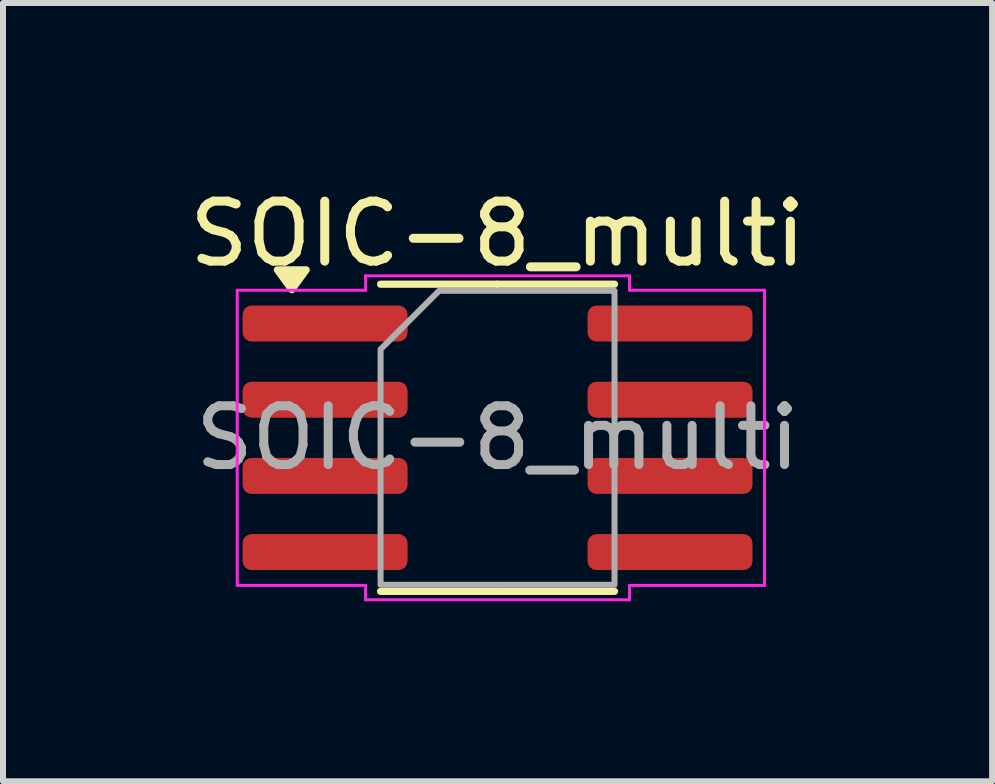
<source format=kicad_pcb>
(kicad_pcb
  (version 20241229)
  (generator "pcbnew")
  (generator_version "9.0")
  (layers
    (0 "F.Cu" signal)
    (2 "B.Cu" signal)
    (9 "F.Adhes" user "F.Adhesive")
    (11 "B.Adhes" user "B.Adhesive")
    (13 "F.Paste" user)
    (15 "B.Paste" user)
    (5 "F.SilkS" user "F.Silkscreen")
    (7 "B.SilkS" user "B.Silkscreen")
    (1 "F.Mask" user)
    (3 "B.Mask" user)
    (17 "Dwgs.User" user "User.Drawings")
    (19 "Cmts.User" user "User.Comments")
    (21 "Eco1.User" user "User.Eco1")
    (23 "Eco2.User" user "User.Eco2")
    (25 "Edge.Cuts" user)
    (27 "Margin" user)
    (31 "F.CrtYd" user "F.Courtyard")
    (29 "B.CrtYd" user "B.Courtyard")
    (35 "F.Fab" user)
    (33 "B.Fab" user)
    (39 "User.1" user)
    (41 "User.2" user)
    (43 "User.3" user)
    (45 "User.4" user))
  (footprint "SOIC-8_multi"
    (layer "F.Cu")
    (at 5.244 4.248)
    (property "Reference" "SOIC-8_multi" (at 0 -3.4 0) (layer "F.SilkS") (effects (font (size 1 1) (thickness 0.15))))
    (attr smd)
    (fp_line (start 0 -2.56) (end -1.95 -2.56) (stroke (width 0.12) (type solid)) (layer "F.SilkS"))
    (fp_line (start 0 -2.56) (end 1.95 -2.56) (stroke (width 0.12) (type solid)) (layer "F.SilkS"))
    (fp_line (start 0 2.56) (end -1.95 2.56) (stroke (width 0.12) (type solid)) (layer "F.SilkS"))
    (fp_line (start 0 2.56) (end 1.95 2.56) (stroke (width 0.12) (type solid)) (layer "F.SilkS"))
    (fp_poly (pts (xy -3.43 -2.47) (xy -3.67 -2.8) (xy -3.19 -2.8)) (stroke (width 0.12) (type solid)) (fill yes) (layer "F.SilkS"))
    (fp_line (start -4.34 -2.46) (end -2.2 -2.46) (stroke (width 0.05) (type solid)) (layer "F.CrtYd"))
    (fp_line (start -4.34 2.46) (end -4.34 -2.46) (stroke (width 0.05) (type solid)) (layer "F.CrtYd"))
    (fp_line (start -2.2 -2.7) (end 2.2 -2.7) (stroke (width 0.05) (type solid)) (layer "F.CrtYd"))
    (fp_line (start -2.2 -2.46) (end -2.2 -2.7) (stroke (width 0.05) (type solid)) (layer "F.CrtYd"))
    (fp_line (start -2.2 2.46) (end -4.34 2.46) (stroke (width 0.05) (type solid)) (layer "F.CrtYd"))
    (fp_line (start -2.2 2.7) (end -2.2 2.46) (stroke (width 0.05) (type solid)) (layer "F.CrtYd"))
    (fp_line (start 2.2 -2.7) (end 2.2 -2.46) (stroke (width 0.05) (type solid)) (layer "F.CrtYd"))
    (fp_line (start 2.2 -2.46) (end 4.45 -2.46) (stroke (width 0.05) (type solid)) (layer "F.CrtYd"))
    (fp_line (start 2.2 2.46) (end 2.2 2.7) (stroke (width 0.05) (type solid)) (layer "F.CrtYd"))
    (fp_line (start 2.2 2.7) (end -2.2 2.7) (stroke (width 0.05) (type solid)) (layer "F.CrtYd"))
    (fp_line (start 4.45 -2.46) (end 4.45 2.46) (stroke (width 0.05) (type solid)) (layer "F.CrtYd"))
    (fp_line (start 4.45 2.46) (end 2.2 2.46) (stroke (width 0.05) (type solid)) (layer "F.CrtYd"))
    (fp_poly (pts (xy -1.95 -1.475) (xy -1.95 2.45) (xy 1.95 2.45) (xy 1.95 -2.45) (xy -0.975 -2.45)) (stroke (width 0.1) (type solid)) (fill no) (layer "F.Fab"))
    (fp_text user "${REFERENCE}" (at 0 0 0) (layer "F.Fab") (effects (font (size 0.98 0.98) (thickness 0.15))))
    (pad "1" smd roundrect (at -2.875 -1.905) (size 2.75 0.6) (layers "F.Cu" "F.Mask" "F.Paste") (roundrect_rratio 0.25))
    (pad "2" smd roundrect (at -2.875 -0.635) (size 2.75 0.6) (layers "F.Cu" "F.Mask" "F.Paste") (roundrect_rratio 0.25))
    (pad "3" smd roundrect (at -2.875 0.635) (size 2.75 0.6) (layers "F.Cu" "F.Mask" "F.Paste") (roundrect_rratio 0.25))
    (pad "4" smd roundrect (at -2.875 1.905) (size 2.75 0.6) (layers "F.Cu" "F.Mask" "F.Paste") (roundrect_rratio 0.25))
    (pad "5" smd roundrect (at 2.875 1.905) (size 2.75 0.6) (layers "F.Cu" "F.Mask" "F.Paste") (roundrect_rratio 0.25))
    (pad "6" smd roundrect (at 2.875 0.635) (size 2.75 0.6) (layers "F.Cu" "F.Mask" "F.Paste") (roundrect_rratio 0.25))
    (pad "7" smd roundrect (at 2.875 -0.635) (size 2.75 0.6) (layers "F.Cu" "F.Mask" "F.Paste") (roundrect_rratio 0.25))
    (pad "8" smd roundrect (at 2.875 -1.905) (size 2.75 0.6) (layers "F.Cu" "F.Mask" "F.Paste") (roundrect_rratio 0.25)))
  (gr_rect
    (start -3 -3)
    (end 13.488 9.973)
    (stroke (width 0.1) (type default))
    (fill no)
    (layer "Edge.Cuts")))
</source>
